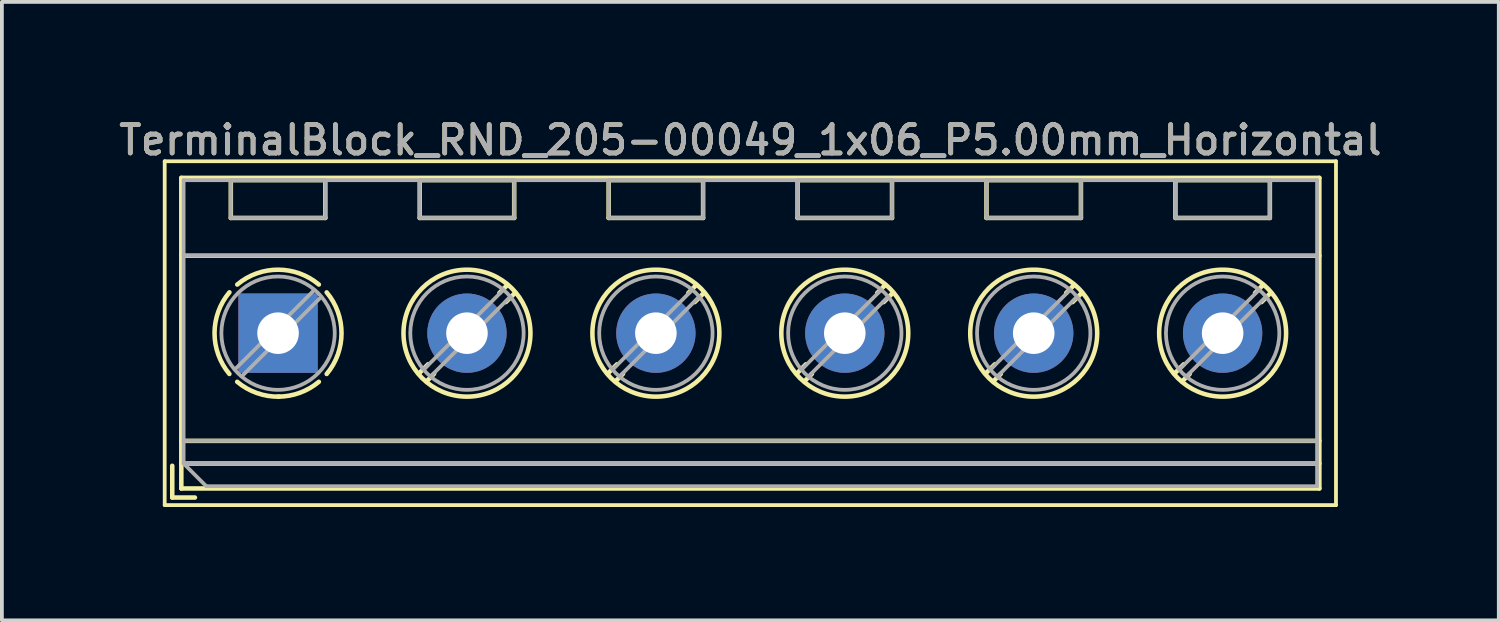
<source format=kicad_pcb>
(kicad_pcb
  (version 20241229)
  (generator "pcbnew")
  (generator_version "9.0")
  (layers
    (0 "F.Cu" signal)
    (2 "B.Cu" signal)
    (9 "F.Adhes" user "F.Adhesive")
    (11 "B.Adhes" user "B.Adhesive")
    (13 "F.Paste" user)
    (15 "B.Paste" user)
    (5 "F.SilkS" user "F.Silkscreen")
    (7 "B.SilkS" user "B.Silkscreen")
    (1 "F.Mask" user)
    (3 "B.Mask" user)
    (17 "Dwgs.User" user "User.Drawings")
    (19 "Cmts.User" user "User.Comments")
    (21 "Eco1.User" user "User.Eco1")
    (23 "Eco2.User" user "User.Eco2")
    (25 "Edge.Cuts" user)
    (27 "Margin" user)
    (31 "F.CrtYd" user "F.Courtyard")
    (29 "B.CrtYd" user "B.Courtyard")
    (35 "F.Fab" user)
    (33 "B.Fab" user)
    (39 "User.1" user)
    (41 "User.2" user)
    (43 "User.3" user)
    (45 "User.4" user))
  (footprint "TerminalBlock_RND_205-00049_1x06_P5.00mm_Horizontal"
    (layer "F.Cu")
    (at 4.309 5.768)
    (property "Reference" "TerminalBlock_RND_205-00049_1x06_P5.00mm_Horizontal" (at 12.5 -5.11 0) (layer "F.SilkS") (effects (font (size 0.75 0.75) (thickness 0.125))))
    (attr through_hole)
    (fp_line (start -3 -4.55) (end -3 4.55) (stroke (width 0.1) (type solid)) (layer "F.SilkS"))
    (fp_line (start -3 4.55) (end 28 4.55) (stroke (width 0.1) (type solid)) (layer "F.SilkS"))
    (fp_line (start -2.8 3.51) (end -2.8 4.35) (stroke (width 0.12) (type solid)) (layer "F.SilkS"))
    (fp_line (start -2.8 4.35) (end -2.2 4.35) (stroke (width 0.12) (type solid)) (layer "F.SilkS"))
    (fp_line (start -2.56 -4.11) (end -2.56 4.11) (stroke (width 0.12) (type solid)) (layer "F.SilkS"))
    (fp_line (start -2.56 -4.11) (end 27.56 -4.11) (stroke (width 0.12) (type solid)) (layer "F.SilkS"))
    (fp_line (start -2.56 -2.05) (end 27.56 -2.05) (stroke (width 0.12) (type solid)) (layer "F.SilkS"))
    (fp_line (start -2.56 2.85) (end 27.56 2.85) (stroke (width 0.12) (type solid)) (layer "F.SilkS"))
    (fp_line (start -2.56 3.45) (end 27.56 3.45) (stroke (width 0.12) (type solid)) (layer "F.SilkS"))
    (fp_line (start -2.56 4.11) (end 27.56 4.11) (stroke (width 0.12) (type solid)) (layer "F.SilkS"))
    (fp_line (start -1.25 -4.05) (end -1.25 -3.05) (stroke (width 0.12) (type solid)) (layer "F.SilkS"))
    (fp_line (start -1.25 -4.05) (end 1.25 -4.05) (stroke (width 0.12) (type solid)) (layer "F.SilkS"))
    (fp_line (start -1.25 -3.05) (end 1.25 -3.05) (stroke (width 0.12) (type solid)) (layer "F.SilkS"))
    (fp_line (start 1.25 -4.05) (end 1.25 -3.05) (stroke (width 0.12) (type solid)) (layer "F.SilkS"))
    (fp_line (start 3.75 -4.05) (end 3.75 -3.05) (stroke (width 0.12) (type solid)) (layer "F.SilkS"))
    (fp_line (start 3.75 -4.05) (end 6.25 -4.05) (stroke (width 0.12) (type solid)) (layer "F.SilkS"))
    (fp_line (start 3.75 -3.05) (end 6.25 -3.05) (stroke (width 0.12) (type solid)) (layer "F.SilkS"))
    (fp_line (start 3.972 0.823) (end 3.726 1.069) (stroke (width 0.12) (type solid)) (layer "F.SilkS"))
    (fp_line (start 4.13 1.075) (end 3.931 1.274) (stroke (width 0.12) (type solid)) (layer "F.SilkS"))
    (fp_line (start 6.07 -1.275) (end 5.859 -1.064) (stroke (width 0.12) (type solid)) (layer "F.SilkS"))
    (fp_line (start 6.25 -4.05) (end 6.25 -3.05) (stroke (width 0.12) (type solid)) (layer "F.SilkS"))
    (fp_line (start 6.275 -1.069) (end 6.029 -0.823) (stroke (width 0.12) (type solid)) (layer "F.SilkS"))
    (fp_line (start 8.75 -4.05) (end 8.75 -3.05) (stroke (width 0.12) (type solid)) (layer "F.SilkS"))
    (fp_line (start 8.75 -4.05) (end 11.25 -4.05) (stroke (width 0.12) (type solid)) (layer "F.SilkS"))
    (fp_line (start 8.75 -3.05) (end 11.25 -3.05) (stroke (width 0.12) (type solid)) (layer "F.SilkS"))
    (fp_line (start 8.972 0.823) (end 8.726 1.069) (stroke (width 0.12) (type solid)) (layer "F.SilkS"))
    (fp_line (start 9.13 1.075) (end 8.931 1.274) (stroke (width 0.12) (type solid)) (layer "F.SilkS"))
    (fp_line (start 11.07 -1.275) (end 10.859 -1.064) (stroke (width 0.12) (type solid)) (layer "F.SilkS"))
    (fp_line (start 11.25 -4.05) (end 11.25 -3.05) (stroke (width 0.12) (type solid)) (layer "F.SilkS"))
    (fp_line (start 11.275 -1.069) (end 11.029 -0.823) (stroke (width 0.12) (type solid)) (layer "F.SilkS"))
    (fp_line (start 13.75 -4.05) (end 13.75 -3.05) (stroke (width 0.12) (type solid)) (layer "F.SilkS"))
    (fp_line (start 13.75 -4.05) (end 16.25 -4.05) (stroke (width 0.12) (type solid)) (layer "F.SilkS"))
    (fp_line (start 13.75 -3.05) (end 16.25 -3.05) (stroke (width 0.12) (type solid)) (layer "F.SilkS"))
    (fp_line (start 13.972 0.823) (end 13.726 1.069) (stroke (width 0.12) (type solid)) (layer "F.SilkS"))
    (fp_line (start 14.13 1.075) (end 13.931 1.274) (stroke (width 0.12) (type solid)) (layer "F.SilkS"))
    (fp_line (start 16.07 -1.275) (end 15.859 -1.064) (stroke (width 0.12) (type solid)) (layer "F.SilkS"))
    (fp_line (start 16.25 -4.05) (end 16.25 -3.05) (stroke (width 0.12) (type solid)) (layer "F.SilkS"))
    (fp_line (start 16.275 -1.069) (end 16.029 -0.823) (stroke (width 0.12) (type solid)) (layer "F.SilkS"))
    (fp_line (start 18.75 -4.05) (end 18.75 -3.05) (stroke (width 0.12) (type solid)) (layer "F.SilkS"))
    (fp_line (start 18.75 -4.05) (end 21.25 -4.05) (stroke (width 0.12) (type solid)) (layer "F.SilkS"))
    (fp_line (start 18.75 -3.05) (end 21.25 -3.05) (stroke (width 0.12) (type solid)) (layer "F.SilkS"))
    (fp_line (start 18.972 0.823) (end 18.726 1.069) (stroke (width 0.12) (type solid)) (layer "F.SilkS"))
    (fp_line (start 19.13 1.075) (end 18.931 1.274) (stroke (width 0.12) (type solid)) (layer "F.SilkS"))
    (fp_line (start 21.07 -1.275) (end 20.859 -1.064) (stroke (width 0.12) (type solid)) (layer "F.SilkS"))
    (fp_line (start 21.25 -4.05) (end 21.25 -3.05) (stroke (width 0.12) (type solid)) (layer "F.SilkS"))
    (fp_line (start 21.275 -1.069) (end 21.029 -0.823) (stroke (width 0.12) (type solid)) (layer "F.SilkS"))
    (fp_line (start 23.75 -4.05) (end 23.75 -3.05) (stroke (width 0.12) (type solid)) (layer "F.SilkS"))
    (fp_line (start 23.75 -4.05) (end 26.25 -4.05) (stroke (width 0.12) (type solid)) (layer "F.SilkS"))
    (fp_line (start 23.75 -3.05) (end 26.25 -3.05) (stroke (width 0.12) (type solid)) (layer "F.SilkS"))
    (fp_line (start 23.972 0.823) (end 23.726 1.069) (stroke (width 0.12) (type solid)) (layer "F.SilkS"))
    (fp_line (start 24.13 1.075) (end 23.931 1.274) (stroke (width 0.12) (type solid)) (layer "F.SilkS"))
    (fp_line (start 26.07 -1.275) (end 25.859 -1.064) (stroke (width 0.12) (type solid)) (layer "F.SilkS"))
    (fp_line (start 26.25 -4.05) (end 26.25 -3.05) (stroke (width 0.12) (type solid)) (layer "F.SilkS"))
    (fp_line (start 26.275 -1.069) (end 26.029 -0.823) (stroke (width 0.12) (type solid)) (layer "F.SilkS"))
    (fp_line (start 27.56 -4.11) (end 27.56 4.11) (stroke (width 0.12) (type solid)) (layer "F.SilkS"))
    (fp_line (start 28 -4.55) (end -3 -4.55) (stroke (width 0.1) (type solid)) (layer "F.SilkS"))
    (fp_line (start 28 4.55) (end 28 -4.55) (stroke (width 0.1) (type solid)) (layer "F.SilkS"))
    (fp_arc (start -1.288062 1.079734) (mid -1.680752 -0.000826) (end -1.287 -1.081) (stroke (width 0.12) (type solid)) (layer "F.SilkS"))
    (fp_arc (start -1.079908 -1.287078) (mid 0.00006 -1.68011) (end 1.08 -1.287) (stroke (width 0.12) (type solid)) (layer "F.SilkS"))
    (fp_arc (start 0.028507 1.680511) (mid -0.561826 1.584071) (end -1.081 1.287) (stroke (width 0.12) (type solid)) (layer "F.SilkS"))
    (fp_arc (start 1.079883 1.286955) (mid 0.574594 1.578684) (end 0 1.68) (stroke (width 0.12) (type solid)) (layer "F.SilkS"))
    (fp_arc (start 1.287078 -1.079908) (mid 1.68011 0.00006) (end 1.287 1.08) (stroke (width 0.12) (type solid)) (layer "F.SilkS"))
    (fp_circle (center 5 0) (end 6.68 0) (stroke (width 0.12) (type solid)) (fill no) (layer "F.SilkS"))
    (fp_circle (center 10 0) (end 11.68 0) (stroke (width 0.12) (type solid)) (fill no) (layer "F.SilkS"))
    (fp_circle (center 15 0) (end 16.68 0) (stroke (width 0.12) (type solid)) (fill no) (layer "F.SilkS"))
    (fp_circle (center 20 0) (end 21.68 0) (stroke (width 0.12) (type solid)) (fill no) (layer "F.SilkS"))
    (fp_circle (center 25 0) (end 26.68 0) (stroke (width 0.12) (type solid)) (fill no) (layer "F.SilkS"))
    (fp_line (start -2.5 -4.05) (end 27.5 -4.05) (stroke (width 0.1) (type solid)) (layer "F.Fab"))
    (fp_line (start -2.5 -2.05) (end 27.5 -2.05) (stroke (width 0.1) (type solid)) (layer "F.Fab"))
    (fp_line (start -2.5 2.85) (end 27.5 2.85) (stroke (width 0.1) (type solid)) (layer "F.Fab"))
    (fp_line (start -2.5 3.45) (end -2.5 -4.05) (stroke (width 0.1) (type solid)) (layer "F.Fab"))
    (fp_line (start -2.5 3.45) (end 27.5 3.45) (stroke (width 0.1) (type solid)) (layer "F.Fab"))
    (fp_line (start -1.9 4.05) (end -2.5 3.45) (stroke (width 0.1) (type solid)) (layer "F.Fab"))
    (fp_line (start -1.25 -4.05) (end -1.25 -3.05) (stroke (width 0.1) (type solid)) (layer "F.Fab"))
    (fp_line (start -1.25 -3.05) (end 1.25 -3.05) (stroke (width 0.1) (type solid)) (layer "F.Fab"))
    (fp_line (start 0.955 -1.138) (end -1.138 0.955) (stroke (width 0.1) (type solid)) (layer "F.Fab"))
    (fp_line (start 1.138 -0.955) (end -0.955 1.138) (stroke (width 0.1) (type solid)) (layer "F.Fab"))
    (fp_line (start 1.25 -4.05) (end -1.25 -4.05) (stroke (width 0.1) (type solid)) (layer "F.Fab"))
    (fp_line (start 1.25 -3.05) (end 1.25 -4.05) (stroke (width 0.1) (type solid)) (layer "F.Fab"))
    (fp_line (start 3.75 -4.05) (end 3.75 -3.05) (stroke (width 0.1) (type solid)) (layer "F.Fab"))
    (fp_line (start 3.75 -3.05) (end 6.25 -3.05) (stroke (width 0.1) (type solid)) (layer "F.Fab"))
    (fp_line (start 5.955 -1.138) (end 3.863 0.955) (stroke (width 0.1) (type solid)) (layer "F.Fab"))
    (fp_line (start 6.138 -0.955) (end 4.046 1.138) (stroke (width 0.1) (type solid)) (layer "F.Fab"))
    (fp_line (start 6.25 -4.05) (end 3.75 -4.05) (stroke (width 0.1) (type solid)) (layer "F.Fab"))
    (fp_line (start 6.25 -3.05) (end 6.25 -4.05) (stroke (width 0.1) (type solid)) (layer "F.Fab"))
    (fp_line (start 8.75 -4.05) (end 8.75 -3.05) (stroke (width 0.1) (type solid)) (layer "F.Fab"))
    (fp_line (start 8.75 -3.05) (end 11.25 -3.05) (stroke (width 0.1) (type solid)) (layer "F.Fab"))
    (fp_line (start 10.955 -1.138) (end 8.863 0.955) (stroke (width 0.1) (type solid)) (layer "F.Fab"))
    (fp_line (start 11.138 -0.955) (end 9.046 1.138) (stroke (width 0.1) (type solid)) (layer "F.Fab"))
    (fp_line (start 11.25 -4.05) (end 8.75 -4.05) (stroke (width 0.1) (type solid)) (layer "F.Fab"))
    (fp_line (start 11.25 -3.05) (end 11.25 -4.05) (stroke (width 0.1) (type solid)) (layer "F.Fab"))
    (fp_line (start 13.75 -4.05) (end 13.75 -3.05) (stroke (width 0.1) (type solid)) (layer "F.Fab"))
    (fp_line (start 13.75 -3.05) (end 16.25 -3.05) (stroke (width 0.1) (type solid)) (layer "F.Fab"))
    (fp_line (start 15.955 -1.138) (end 13.863 0.955) (stroke (width 0.1) (type solid)) (layer "F.Fab"))
    (fp_line (start 16.138 -0.955) (end 14.046 1.138) (stroke (width 0.1) (type solid)) (layer "F.Fab"))
    (fp_line (start 16.25 -4.05) (end 13.75 -4.05) (stroke (width 0.1) (type solid)) (layer "F.Fab"))
    (fp_line (start 16.25 -3.05) (end 16.25 -4.05) (stroke (width 0.1) (type solid)) (layer "F.Fab"))
    (fp_line (start 18.75 -4.05) (end 18.75 -3.05) (stroke (width 0.1) (type solid)) (layer "F.Fab"))
    (fp_line (start 18.75 -3.05) (end 21.25 -3.05) (stroke (width 0.1) (type solid)) (layer "F.Fab"))
    (fp_line (start 20.955 -1.138) (end 18.863 0.955) (stroke (width 0.1) (type solid)) (layer "F.Fab"))
    (fp_line (start 21.138 -0.955) (end 19.046 1.138) (stroke (width 0.1) (type solid)) (layer "F.Fab"))
    (fp_line (start 21.25 -4.05) (end 18.75 -4.05) (stroke (width 0.1) (type solid)) (layer "F.Fab"))
    (fp_line (start 21.25 -3.05) (end 21.25 -4.05) (stroke (width 0.1) (type solid)) (layer "F.Fab"))
    (fp_line (start 23.75 -4.05) (end 23.75 -3.05) (stroke (width 0.1) (type solid)) (layer "F.Fab"))
    (fp_line (start 23.75 -3.05) (end 26.25 -3.05) (stroke (width 0.1) (type solid)) (layer "F.Fab"))
    (fp_line (start 25.955 -1.138) (end 23.863 0.955) (stroke (width 0.1) (type solid)) (layer "F.Fab"))
    (fp_line (start 26.138 -0.955) (end 24.046 1.138) (stroke (width 0.1) (type solid)) (layer "F.Fab"))
    (fp_line (start 26.25 -4.05) (end 23.75 -4.05) (stroke (width 0.1) (type solid)) (layer "F.Fab"))
    (fp_line (start 26.25 -3.05) (end 26.25 -4.05) (stroke (width 0.1) (type solid)) (layer "F.Fab"))
    (fp_line (start 27.5 -4.05) (end 27.5 4.05) (stroke (width 0.1) (type solid)) (layer "F.Fab"))
    (fp_line (start 27.5 4.05) (end -1.9 4.05) (stroke (width 0.1) (type solid)) (layer "F.Fab"))
    (fp_circle (center 0 0) (end 1.5 0) (stroke (width 0.1) (type solid)) (fill no) (layer "F.Fab"))
    (fp_circle (center 5 0) (end 6.5 0) (stroke (width 0.1) (type solid)) (fill no) (layer "F.Fab"))
    (fp_circle (center 10 0) (end 11.5 0) (stroke (width 0.1) (type solid)) (fill no) (layer "F.Fab"))
    (fp_circle (center 15 0) (end 16.5 0) (stroke (width 0.1) (type solid)) (fill no) (layer "F.Fab"))
    (fp_circle (center 20 0) (end 21.5 0) (stroke (width 0.1) (type solid)) (fill no) (layer "F.Fab"))
    (fp_circle (center 25 0) (end 26.5 0) (stroke (width 0.1) (type solid)) (fill no) (layer "F.Fab"))
    (fp_text user "${REFERENCE}" (at 12.5 -5.11 0) (layer "F.Fab") (effects (font (size 0.75 0.75) (thickness 0.125))))
    (pad "1" thru_hole rect (at 0 0) (size 2.1 2.1) (drill 1.1) (layers "*.Cu" "*.Mask"))
    (pad "2" thru_hole circle (at 5 0) (size 2.1 2.1) (drill 1.1) (layers "*.Cu" "*.Mask"))
    (pad "3" thru_hole circle (at 10 0) (size 2.1 2.1) (drill 1.1) (layers "*.Cu" "*.Mask"))
    (pad "4" thru_hole circle (at 15 0) (size 2.1 2.1) (drill 1.1) (layers "*.Cu" "*.Mask"))
    (pad "5" thru_hole circle (at 20 0) (size 2.1 2.1) (drill 1.1) (layers "*.Cu" "*.Mask"))
    (pad "6" thru_hole circle (at 25 0) (size 2.1 2.1) (drill 1.1) (layers "*.Cu" "*.Mask")))
  (gr_rect
    (start -3 -3)
    (end 36.618 13.368)
    (stroke (width 0.1) (type default))
    (fill no)
    (layer "Edge.Cuts")))
</source>
